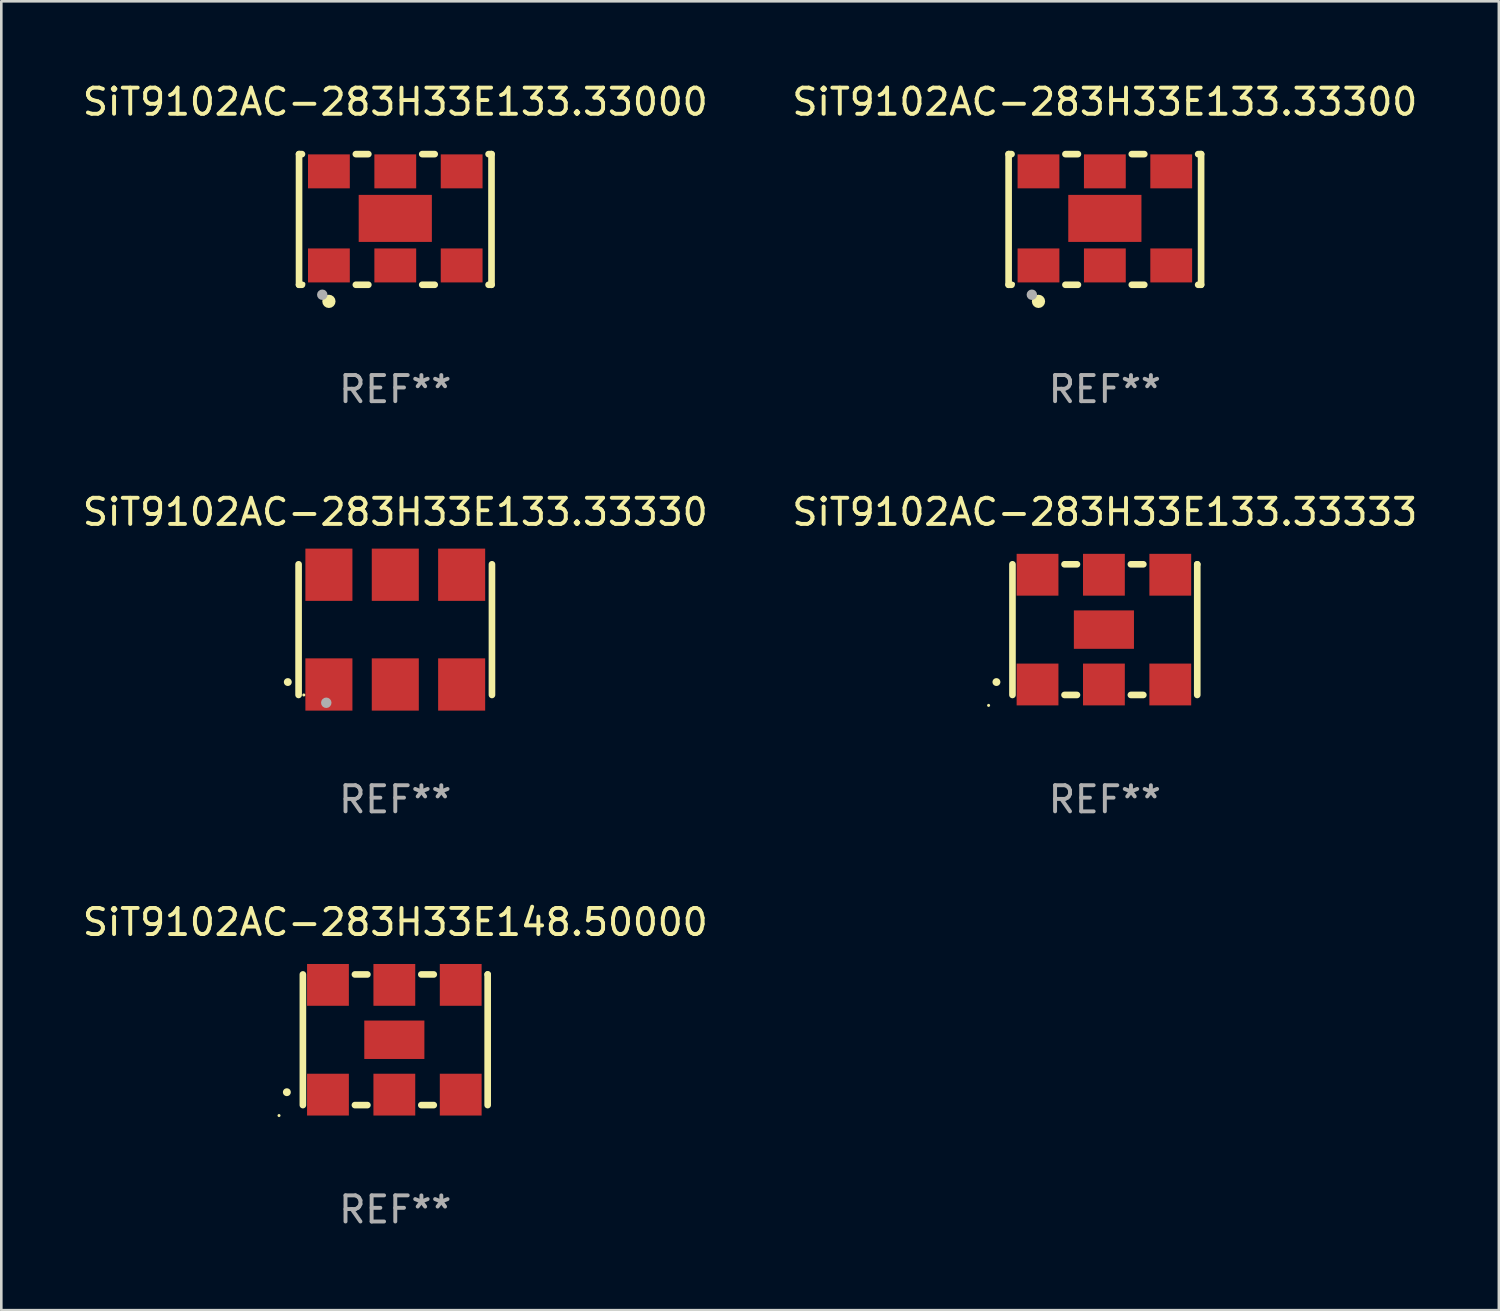
<source format=kicad_pcb>
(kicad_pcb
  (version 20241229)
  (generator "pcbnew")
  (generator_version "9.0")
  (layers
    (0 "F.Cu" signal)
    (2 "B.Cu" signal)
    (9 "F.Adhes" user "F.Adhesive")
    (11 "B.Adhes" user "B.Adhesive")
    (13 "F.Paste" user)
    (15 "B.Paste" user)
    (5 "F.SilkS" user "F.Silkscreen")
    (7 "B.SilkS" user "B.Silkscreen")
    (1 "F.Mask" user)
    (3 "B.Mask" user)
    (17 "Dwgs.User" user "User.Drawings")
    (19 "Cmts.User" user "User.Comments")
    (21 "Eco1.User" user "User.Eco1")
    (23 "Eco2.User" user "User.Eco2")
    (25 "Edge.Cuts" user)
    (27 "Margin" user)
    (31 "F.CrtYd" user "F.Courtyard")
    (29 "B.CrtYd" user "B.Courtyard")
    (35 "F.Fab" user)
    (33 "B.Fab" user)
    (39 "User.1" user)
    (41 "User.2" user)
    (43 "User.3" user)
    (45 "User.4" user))
  (footprint "SiT9102AC-283H33E133.33330"
    (layer "F.Cu")
    (at 12.077 21.045)
    (property "Reference" "SiT9102AC-283H33E133.33330" (at 0 -4.5 0) (layer "F.SilkS") (effects (font (size 1 1) (thickness 0.15))))
    (attr through_hole)
    (fp_line (start -3.7 -2.5) (end -3.7 2.5) (stroke (width 0.254) (type solid)) (layer "F.SilkS"))
    (fp_line (start 3.7 -2.5) (end 3.7 2.5) (stroke (width 0.254) (type solid)) (layer "F.SilkS"))
    (fp_arc (start -4.114415 2.006604) (mid -4.113145 2.006599) (end -4.111875 2.006604) (stroke (width 0.3) (type solid)) (layer "F.SilkS"))
    (fp_circle (center -3.5 2.501) (end -3.47 2.501) (stroke (width 0.06) (type solid)) (fill no) (layer "F.SilkS"))
    (fp_circle (center -2.641 2.799) (end -2.541 2.799) (stroke (width 0.2) (type solid)) (fill no) (layer "F.Fab"))
    (fp_text user "REF**" (at 0 6.5 0) (layer "F.Fab") (effects (font (size 1 1) (thickness 0.15))))
    (pad "1" smd rect (at -2.54 2.1) (size 1.8 2) (layers "F.Cu" "F.Mask" "F.Paste"))
    (pad "2" smd rect (at 0.000394 2.1) (size 1.8 2) (layers "F.Cu" "F.Mask" "F.Paste"))
    (pad "3" smd rect (at 2.54 2.1) (size 1.8 2) (layers "F.Cu" "F.Mask" "F.Paste"))
    (pad "4" smd rect (at 2.54 -2.1) (size 1.8 2) (layers "F.Cu" "F.Mask" "F.Paste"))
    (pad "5" smd rect (at 0.000394 -2.1) (size 1.8 2) (layers "F.Cu" "F.Mask" "F.Paste"))
    (pad "6" smd rect (at -2.54 -2.1) (size 1.8 2) (layers "F.Cu" "F.Mask" "F.Paste")))
  (footprint "SiT9102AC-283H33E133.33000"
    (layer "F.Cu")
    (at 12.077 5.348)
    (property "Reference" "SiT9102AC-283H33E133.33000" (at 0 -4.5 0) (layer "F.SilkS") (effects (font (size 1 1) (thickness 0.15))))
    (attr through_hole)
    (fp_line (start -3.683 -2.5) (end -3.571 -2.5) (stroke (width 0.254) (type solid)) (layer "F.SilkS"))
    (fp_line (start -3.683 2.5) (end -3.683 -2.5) (stroke (width 0.254) (type solid)) (layer "F.SilkS"))
    (fp_line (start -3.683 2.5) (end -3.571 2.5) (stroke (width 0.254) (type solid)) (layer "F.SilkS"))
    (fp_line (start -1.509 -2.5) (end -1.031 -2.5) (stroke (width 0.254) (type solid)) (layer "F.SilkS"))
    (fp_line (start -1.509 2.5) (end -1.031 2.5) (stroke (width 0.254) (type solid)) (layer "F.SilkS"))
    (fp_line (start 1.031 -2.5) (end 1.509 -2.5) (stroke (width 0.254) (type solid)) (layer "F.SilkS"))
    (fp_line (start 1.031 2.5) (end 1.509 2.5) (stroke (width 0.254) (type solid)) (layer "F.SilkS"))
    (fp_line (start 3.571 -2.5) (end 3.683 -2.5) (stroke (width 0.254) (type solid)) (layer "F.SilkS"))
    (fp_line (start 3.571 2.5) (end 3.683 2.5) (stroke (width 0.254) (type solid)) (layer "F.SilkS"))
    (fp_line (start 3.683 2.5) (end 3.683 -2.5) (stroke (width 0.254) (type solid)) (layer "F.SilkS"))
    (fp_circle (center -3.5 2.46) (end -3.47 2.46) (stroke (width 0.06) (type solid)) (fill no) (layer "F.SilkS"))
    (fp_circle (center -2.54 3.135) (end -2.413 3.135) (stroke (width 0.254) (type solid)) (fill no) (layer "F.SilkS"))
    (fp_circle (center -2.794 2.881) (end -2.694 2.881) (stroke (width 0.2) (type solid)) (fill no) (layer "F.Fab"))
    (fp_text user "REF**" (at 0 6.5 0) (layer "F.Fab") (effects (font (size 1 1) (thickness 0.15))))
    (pad "1" smd rect (at -2.54 1.76) (size 1.6 1.3) (layers "F.Cu" "F.Mask" "F.Paste"))
    (pad "2" smd rect (at 0 1.76) (size 1.6 1.3) (layers "F.Cu" "F.Mask" "F.Paste"))
    (pad "3" smd rect (at 2.54 1.76) (size 1.6 1.3) (layers "F.Cu" "F.Mask" "F.Paste"))
    (pad "4" smd rect (at 2.54 -1.84) (size 1.6 1.3) (layers "F.Cu" "F.Mask" "F.Paste"))
    (pad "5" smd rect (at 0 -1.84) (size 1.6 1.3) (layers "F.Cu" "F.Mask" "F.Paste"))
    (pad "6" smd rect (at -2.54 -1.84) (size 1.6 1.3) (layers "F.Cu" "F.Mask" "F.Paste"))
    (pad "7" smd rect (at 0 -0.04) (size 2.8 1.8) (layers "F.Cu" "F.Mask" "F.Paste")))
  (footprint "SiT9102AC-283H33E133.33300"
    (layer "F.Cu")
    (at 39.232 5.348)
    (property "Reference" "SiT9102AC-283H33E133.33300" (at 0 -4.5 0) (layer "F.SilkS") (effects (font (size 1 1) (thickness 0.15))))
    (attr through_hole)
    (fp_line (start -3.683 -2.5) (end -3.571 -2.5) (stroke (width 0.254) (type solid)) (layer "F.SilkS"))
    (fp_line (start -3.683 2.5) (end -3.683 -2.5) (stroke (width 0.254) (type solid)) (layer "F.SilkS"))
    (fp_line (start -3.683 2.5) (end -3.571 2.5) (stroke (width 0.254) (type solid)) (layer "F.SilkS"))
    (fp_line (start -1.509 -2.5) (end -1.031 -2.5) (stroke (width 0.254) (type solid)) (layer "F.SilkS"))
    (fp_line (start -1.509 2.5) (end -1.031 2.5) (stroke (width 0.254) (type solid)) (layer "F.SilkS"))
    (fp_line (start 1.031 -2.5) (end 1.509 -2.5) (stroke (width 0.254) (type solid)) (layer "F.SilkS"))
    (fp_line (start 1.031 2.5) (end 1.509 2.5) (stroke (width 0.254) (type solid)) (layer "F.SilkS"))
    (fp_line (start 3.571 -2.5) (end 3.683 -2.5) (stroke (width 0.254) (type solid)) (layer "F.SilkS"))
    (fp_line (start 3.571 2.5) (end 3.683 2.5) (stroke (width 0.254) (type solid)) (layer "F.SilkS"))
    (fp_line (start 3.683 2.5) (end 3.683 -2.5) (stroke (width 0.254) (type solid)) (layer "F.SilkS"))
    (fp_circle (center -3.5 2.46) (end -3.47 2.46) (stroke (width 0.06) (type solid)) (fill no) (layer "F.SilkS"))
    (fp_circle (center -2.54 3.135) (end -2.413 3.135) (stroke (width 0.254) (type solid)) (fill no) (layer "F.SilkS"))
    (fp_circle (center -2.794 2.881) (end -2.694 2.881) (stroke (width 0.2) (type solid)) (fill no) (layer "F.Fab"))
    (fp_text user "REF**" (at 0 6.5 0) (layer "F.Fab") (effects (font (size 1 1) (thickness 0.15))))
    (pad "1" smd rect (at -2.54 1.76) (size 1.6 1.3) (layers "F.Cu" "F.Mask" "F.Paste"))
    (pad "2" smd rect (at 0 1.76) (size 1.6 1.3) (layers "F.Cu" "F.Mask" "F.Paste"))
    (pad "3" smd rect (at 2.54 1.76) (size 1.6 1.3) (layers "F.Cu" "F.Mask" "F.Paste"))
    (pad "4" smd rect (at 2.54 -1.84) (size 1.6 1.3) (layers "F.Cu" "F.Mask" "F.Paste"))
    (pad "5" smd rect (at 0 -1.84) (size 1.6 1.3) (layers "F.Cu" "F.Mask" "F.Paste"))
    (pad "6" smd rect (at -2.54 -1.84) (size 1.6 1.3) (layers "F.Cu" "F.Mask" "F.Paste"))
    (pad "7" smd rect (at 0 -0.04) (size 2.8 1.8) (layers "F.Cu" "F.Mask" "F.Paste")))
  (footprint "SiT9102AC-283H33E133.33333"
    (layer "F.Cu")
    (at 39.232 21.045)
    (property "Reference" "SiT9102AC-283H33E133.33333" (at 0 -4.5 0) (layer "F.SilkS") (effects (font (size 1 1) (thickness 0.15))))
    (attr through_hole)
    (fp_line (start -3.536 -2.5) (end -3.536 2.5) (stroke (width 0.254) (type solid)) (layer "F.SilkS"))
    (fp_line (start -1.544 2.5) (end -1.067 2.5) (stroke (width 0.254) (type solid)) (layer "F.SilkS"))
    (fp_line (start -1.067 -2.5) (end -1.544 -2.5) (stroke (width 0.254) (type solid)) (layer "F.SilkS"))
    (fp_line (start 0.996 2.5) (end 1.473 2.5) (stroke (width 0.254) (type solid)) (layer "F.SilkS"))
    (fp_line (start 1.473 -2.5) (end 0.996 -2.5) (stroke (width 0.254) (type solid)) (layer "F.SilkS"))
    (fp_line (start 3.536 -2.5) (end 3.536 -2.5) (stroke (width 0.254) (type solid)) (layer "F.SilkS"))
    (fp_line (start 3.536 2.5) (end 3.536 -2.5) (stroke (width 0.254) (type solid)) (layer "F.SilkS"))
    (fp_arc (start -4.150432 2.006604) (mid -4.149162 2.006599) (end -4.147892 2.006604) (stroke (width 0.3) (type solid)) (layer "F.SilkS"))
    (fp_circle (center -4.449 2.9) (end -4.419 2.9) (stroke (width 0.06) (type solid)) (fill no) (layer "F.SilkS"))
    (fp_text user "REF**" (at 0 6.5 0) (layer "F.Fab") (effects (font (size 1 1) (thickness 0.15))))
    (pad "1" smd rect (at -2.576 2.1) (size 1.6 1.6) (layers "F.Cu" "F.Mask" "F.Paste"))
    (pad "2" smd rect (at -0.036 2.1) (size 1.6 1.6) (layers "F.Cu" "F.Mask" "F.Paste"))
    (pad "3" smd rect (at 2.504 2.1) (size 1.6 1.6) (layers "F.Cu" "F.Mask" "F.Paste"))
    (pad "4" smd rect (at 2.504 -2.1) (size 1.6 1.6) (layers "F.Cu" "F.Mask" "F.Paste"))
    (pad "5" smd rect (at -0.036 -2.1) (size 1.6 1.6) (layers "F.Cu" "F.Mask" "F.Paste"))
    (pad "6" smd rect (at -2.576 -2.1) (size 1.6 1.6) (layers "F.Cu" "F.Mask" "F.Paste"))
    (pad "7" smd rect (at -0.036 0) (size 2.3 1.47) (layers "F.Cu" "F.Mask" "F.Paste")))
  (footprint "SiT9102AC-283H33E148.50000"
    (layer "F.Cu")
    (at 12.077 36.741)
    (property "Reference" "SiT9102AC-283H33E148.50000" (at 0 -4.5 0) (layer "F.SilkS") (effects (font (size 1 1) (thickness 0.15))))
    (attr through_hole)
    (fp_line (start -3.536 -2.5) (end -3.536 2.5) (stroke (width 0.254) (type solid)) (layer "F.SilkS"))
    (fp_line (start -1.544 2.5) (end -1.067 2.5) (stroke (width 0.254) (type solid)) (layer "F.SilkS"))
    (fp_line (start -1.067 -2.5) (end -1.544 -2.5) (stroke (width 0.254) (type solid)) (layer "F.SilkS"))
    (fp_line (start 0.996 2.5) (end 1.473 2.5) (stroke (width 0.254) (type solid)) (layer "F.SilkS"))
    (fp_line (start 1.473 -2.5) (end 0.996 -2.5) (stroke (width 0.254) (type solid)) (layer "F.SilkS"))
    (fp_line (start 3.536 -2.5) (end 3.536 -2.5) (stroke (width 0.254) (type solid)) (layer "F.SilkS"))
    (fp_line (start 3.536 2.5) (end 3.536 -2.5) (stroke (width 0.254) (type solid)) (layer "F.SilkS"))
    (fp_arc (start -4.150432 2.006604) (mid -4.149162 2.006599) (end -4.147892 2.006604) (stroke (width 0.3) (type solid)) (layer "F.SilkS"))
    (fp_circle (center -4.449 2.9) (end -4.419 2.9) (stroke (width 0.06) (type solid)) (fill no) (layer "F.SilkS"))
    (fp_text user "REF**" (at 0 6.5 0) (layer "F.Fab") (effects (font (size 1 1) (thickness 0.15))))
    (pad "1" smd rect (at -2.576 2.1) (size 1.6 1.6) (layers "F.Cu" "F.Mask" "F.Paste"))
    (pad "2" smd rect (at -0.036 2.1) (size 1.6 1.6) (layers "F.Cu" "F.Mask" "F.Paste"))
    (pad "3" smd rect (at 2.504 2.1) (size 1.6 1.6) (layers "F.Cu" "F.Mask" "F.Paste"))
    (pad "4" smd rect (at 2.504 -2.1) (size 1.6 1.6) (layers "F.Cu" "F.Mask" "F.Paste"))
    (pad "5" smd rect (at -0.036 -2.1) (size 1.6 1.6) (layers "F.Cu" "F.Mask" "F.Paste"))
    (pad "6" smd rect (at -2.576 -2.1) (size 1.6 1.6) (layers "F.Cu" "F.Mask" "F.Paste"))
    (pad "7" smd rect (at -0.036 0) (size 2.3 1.47) (layers "F.Cu" "F.Mask" "F.Paste")))
  (gr_rect
    (start -3 -3)
    (end 54.31 47.09)
    (stroke (width 0.1) (type default))
    (fill no)
    (layer "Edge.Cuts")))
</source>
